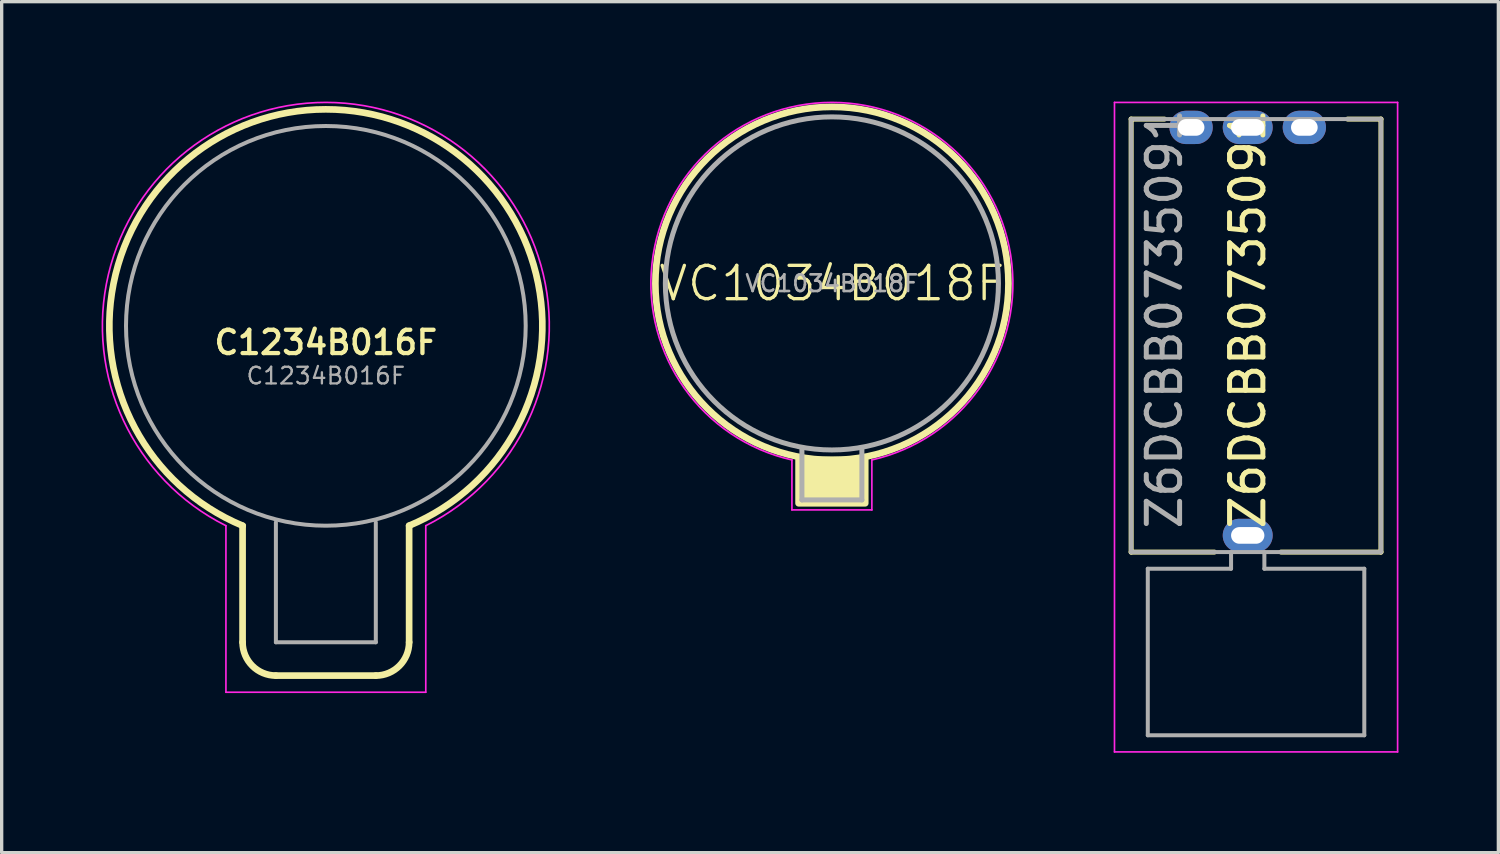
<source format=kicad_pcb>
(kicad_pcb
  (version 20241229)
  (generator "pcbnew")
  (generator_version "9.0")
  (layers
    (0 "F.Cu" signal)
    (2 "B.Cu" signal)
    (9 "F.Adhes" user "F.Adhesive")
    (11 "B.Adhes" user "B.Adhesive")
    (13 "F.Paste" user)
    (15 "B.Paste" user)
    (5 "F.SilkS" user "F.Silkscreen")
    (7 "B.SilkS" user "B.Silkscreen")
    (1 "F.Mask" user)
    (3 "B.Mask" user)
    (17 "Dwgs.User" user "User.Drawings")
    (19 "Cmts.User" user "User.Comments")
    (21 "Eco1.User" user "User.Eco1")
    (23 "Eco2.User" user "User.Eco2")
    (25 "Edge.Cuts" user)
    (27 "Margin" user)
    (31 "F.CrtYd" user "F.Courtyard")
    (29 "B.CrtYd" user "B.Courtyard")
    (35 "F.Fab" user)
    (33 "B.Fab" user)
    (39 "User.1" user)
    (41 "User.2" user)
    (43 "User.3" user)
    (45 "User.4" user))
  (footprint "C1234B016F"
    (layer "F.Cu")
    (at 6.733 6.733)
    (property "Reference" "C1234B016F" (at 0 0.5 0) (layer "F.SilkS") (effects (font (size 0.7 0.7) (thickness 0.13))))
    (attr through_hole)
    (fp_circle (center 0 0) (end 3 0) (stroke (width 6.7) (type solid)) (fill no) (layer "F.Mask"))
    (fp_poly (pts (xy 1 9) (xy -1 9) (xy -1 5) (xy 1 5)) (stroke (width 2.7) (type solid)) (fill yes) (layer "F.Mask"))
    (fp_line (start -2.5 6) (end -2.5 9.5) (stroke (width 0.2) (type solid)) (layer "F.SilkS"))
    (fp_line (start -1.5 10.5) (end 1.5 10.5) (stroke (width 0.2) (type solid)) (layer "F.SilkS"))
    (fp_line (start 2.5 9.5) (end 2.5 6) (stroke (width 0.2) (type solid)) (layer "F.SilkS"))
    (fp_arc (start -2.495839 6.001732) (mid -0.002254 -6.5) (end 2.5 6) (stroke (width 0.2) (type solid)) (layer "F.SilkS"))
    (fp_arc (start -1.5 10.5) (mid -2.207107 10.207107) (end -2.5 9.5) (stroke (width 0.2) (type solid)) (layer "F.SilkS"))
    (fp_arc (start 2.5 9.5) (mid 2.207107 10.207107) (end 1.5 10.5) (stroke (width 0.2) (type solid)) (layer "F.SilkS"))
    (fp_line (start -3 6) (end -3 11) (stroke (width 0.05) (type solid)) (layer "F.CrtYd"))
    (fp_line (start -3 11) (end 3 11) (stroke (width 0.05) (type solid)) (layer "F.CrtYd"))
    (fp_line (start 3 11) (end 3 6) (stroke (width 0.05) (type solid)) (layer "F.CrtYd"))
    (fp_arc (start -3 5.999999) (mid 0 -6.708203) (end 2.999999 5.999999) (stroke (width 0.05) (type solid)) (layer "F.CrtYd"))
    (fp_line (start -1.5 5.9) (end -1.5 9.5) (stroke (width 0.12) (type solid)) (layer "F.Fab"))
    (fp_line (start -1.5 9.5) (end 1.5 9.5) (stroke (width 0.12) (type solid)) (layer "F.Fab"))
    (fp_line (start 1.5 9.5) (end 1.5 5.9) (stroke (width 0.12) (type solid)) (layer "F.Fab"))
    (fp_circle (center 0 0) (end 6 0) (stroke (width 0.12) (type solid)) (fill no) (layer "F.Fab"))
    (fp_text user "${REFERENCE}" (at 0 1.5 0) (layer "F.Fab") (effects (font (size 0.5 0.5) (thickness 0.07)))))
  (footprint "Z6DCBB0735091"
    (layer "F.Cu")
    (at 34.41 13.025)
    (property "Reference" "Z6DCBB0735091" (at 0 -6.5 90) (layer "F.SilkS") (effects (font (size 1 1) (thickness 0.15))))
    (attr through_hole)
    (fp_line (start -3.5 -12.5) (end -3.5 0.5) (stroke (width 0.15) (type solid)) (layer "F.SilkS"))
    (fp_line (start -3.5 0.5) (end -1 0.5) (stroke (width 0.15) (type solid)) (layer "F.SilkS"))
    (fp_line (start -2.5 -12.5) (end -3.5 -12.5) (stroke (width 0.15) (type solid)) (layer "F.SilkS"))
    (fp_line (start 3 -12.5) (end 4 -12.5) (stroke (width 0.15) (type solid)) (layer "F.SilkS"))
    (fp_line (start 4 -12.5) (end 4 0.5) (stroke (width 0.15) (type solid)) (layer "F.SilkS"))
    (fp_line (start 4 0.5) (end 1 0.5) (stroke (width 0.15) (type solid)) (layer "F.SilkS"))
    (fp_line (start -4 -13) (end 4.5 -13) (stroke (width 0.05) (type solid)) (layer "F.CrtYd"))
    (fp_line (start -4 6.5) (end -4 -13) (stroke (width 0.05) (type solid)) (layer "F.CrtYd"))
    (fp_line (start 4.5 -13) (end 4.5 6.5) (stroke (width 0.05) (type solid)) (layer "F.CrtYd"))
    (fp_line (start 4.5 6.5) (end -4 6.5) (stroke (width 0.05) (type solid)) (layer "F.CrtYd"))
    (fp_line (start -3.5 -12.5) (end 4 -12.5) (stroke (width 0.12) (type solid)) (layer "F.Fab"))
    (fp_line (start -3.5 0.5) (end -3.5 -12.5) (stroke (width 0.12) (type solid)) (layer "F.Fab"))
    (fp_line (start -3 1) (end -3 6) (stroke (width 0.12) (type solid)) (layer "F.Fab"))
    (fp_line (start -3 6) (end 3.5 6) (stroke (width 0.12) (type solid)) (layer "F.Fab"))
    (fp_line (start -0.5 0.5) (end -0.5 1) (stroke (width 0.12) (type solid)) (layer "F.Fab"))
    (fp_line (start -0.5 1) (end -3 1) (stroke (width 0.12) (type solid)) (layer "F.Fab"))
    (fp_line (start 0.5 1) (end 0.5 0.5) (stroke (width 0.12) (type solid)) (layer "F.Fab"))
    (fp_line (start 3.5 1) (end 0.5 1) (stroke (width 0.12) (type solid)) (layer "F.Fab"))
    (fp_line (start 3.5 6) (end 3.5 1) (stroke (width 0.12) (type solid)) (layer "F.Fab"))
    (fp_line (start 4 -12.5) (end 4 0.5) (stroke (width 0.12) (type solid)) (layer "F.Fab"))
    (fp_line (start 4 0.5) (end -3.5 0.5) (stroke (width 0.12) (type solid)) (layer "F.Fab"))
    (fp_text user "${REFERENCE}" (at -2.5 -6.5 90) (layer "F.Fab") (effects (font (size 1 1) (thickness 0.15))))
    (pad "1" thru_hole oval (at -1.7 -12.25) (size 1.3 1) (drill oval 0.8 0.5) (layers "*.Cu" "*.Mask"))
    (pad "2" thru_hole oval (at 1.7 -12.25) (size 1.3 1) (drill oval 0.8 0.5) (layers "*.Cu" "*.Mask"))
    (pad "3" thru_hole oval (at 0 -12.25) (size 1.5 1) (drill oval 1 0.5) (layers "*.Cu" "*.Mask"))
    (pad "4" thru_hole oval (at 0 0) (size 1.5 1) (drill oval 1 0.5) (layers "*.Cu" "*.Mask")))
  (footprint "VC1034B018F"
    (layer "F.Cu")
    (at 21.926 5.459)
    (property "Reference" "VC1034B018F" (at 0 0 0) (unlocked yes) (layer "F.SilkS") (effects (font (size 1 1) (thickness 0.1))))
    (attr smd)
    (fp_rect (start -1 5.3) (end 1 6.6) (stroke (width 0.2) (type solid)) (fill yes) (layer "F.SilkS"))
    (fp_circle (center 0 0) (end 5.3 0) (stroke (width 0.2) (type default)) (fill no) (layer "F.SilkS"))
    (fp_line (start -1.2 6.8) (end -1.2 5.3) (stroke (width 0.05) (type default)) (layer "F.CrtYd"))
    (fp_line (start 1.2 5.3) (end 1.2 6.8) (stroke (width 0.05) (type default)) (layer "F.CrtYd"))
    (fp_line (start 1.2 6.8) (end -1.2 6.8) (stroke (width 0.05) (type default)) (layer "F.CrtYd"))
    (fp_arc (start -1.2 5.3) (mid 0 -5.434151) (end 1.2 5.3) (stroke (width 0.05) (type default)) (layer "F.CrtYd"))
    (fp_line (start -0.9 4.95) (end -0.9 6.5) (stroke (width 0.15) (type default)) (layer "F.Fab"))
    (fp_line (start -0.9 6.5) (end 0.9 6.5) (stroke (width 0.15) (type default)) (layer "F.Fab"))
    (fp_line (start 0.9 6.5) (end 0.9 4.95) (stroke (width 0.15) (type default)) (layer "F.Fab"))
    (fp_circle (center 0 0) (end 5 0) (stroke (width 0.15) (type default)) (fill no) (layer "F.Fab"))
    (fp_text user "${REFERENCE}" (at 0 0 0) (unlocked yes) (layer "F.Fab") (effects (font (size 0.5 0.5) (thickness 0.08)))))
  (gr_rect
    (start -3 -3)
    (end 41.935 22.55)
    (stroke (width 0.1) (type default))
    (fill no)
    (layer "Edge.Cuts")))
</source>
